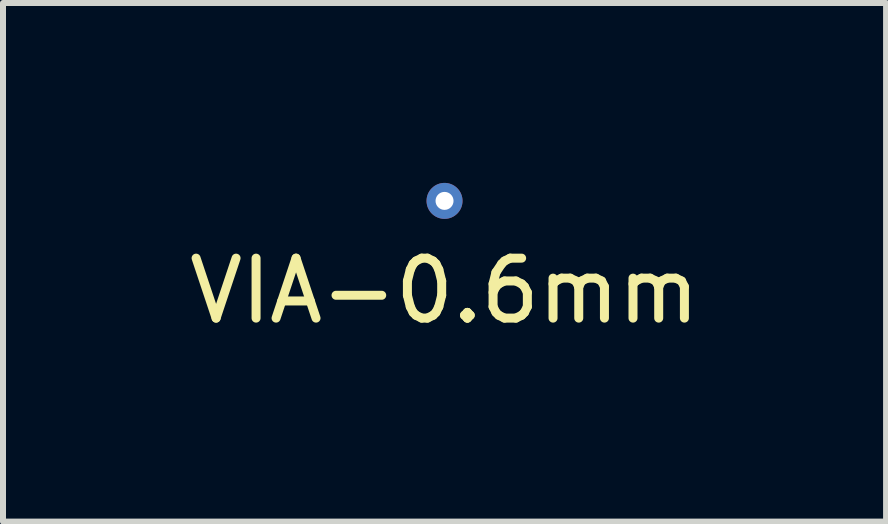
<source format=kicad_pcb>
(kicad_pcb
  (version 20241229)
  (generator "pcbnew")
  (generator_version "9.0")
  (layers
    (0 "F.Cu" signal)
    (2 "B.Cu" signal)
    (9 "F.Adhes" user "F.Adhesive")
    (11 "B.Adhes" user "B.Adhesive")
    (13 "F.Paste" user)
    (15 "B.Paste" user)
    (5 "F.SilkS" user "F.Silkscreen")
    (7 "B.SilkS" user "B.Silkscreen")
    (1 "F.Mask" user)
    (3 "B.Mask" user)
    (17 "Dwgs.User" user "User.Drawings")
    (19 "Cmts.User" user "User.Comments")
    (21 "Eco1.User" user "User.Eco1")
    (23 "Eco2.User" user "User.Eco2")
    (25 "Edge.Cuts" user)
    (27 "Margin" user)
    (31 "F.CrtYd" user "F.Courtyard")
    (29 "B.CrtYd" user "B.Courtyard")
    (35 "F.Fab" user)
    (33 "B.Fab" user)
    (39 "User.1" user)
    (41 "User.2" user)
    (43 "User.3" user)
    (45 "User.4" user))
  (footprint "VIA-0.6mm"
    (layer "F.Cu")
    (at 4.363 0.3)
    (property "Reference" "VIA-0.6mm" (at 0 1.5 0) (layer "F.SilkS") (effects (font (size 1 1) (thickness 0.15))))
    (attr through_hole)
    (pad "1" thru_hole circle (at 0 0) (size 0.6 0.6) (drill 0.3) (layers "*.Cu")))
  (gr_rect
    (start -3 -3)
    (end 11.726 5.648)
    (stroke (width 0.1) (type default))
    (fill no)
    (layer "Edge.Cuts")))
</source>
